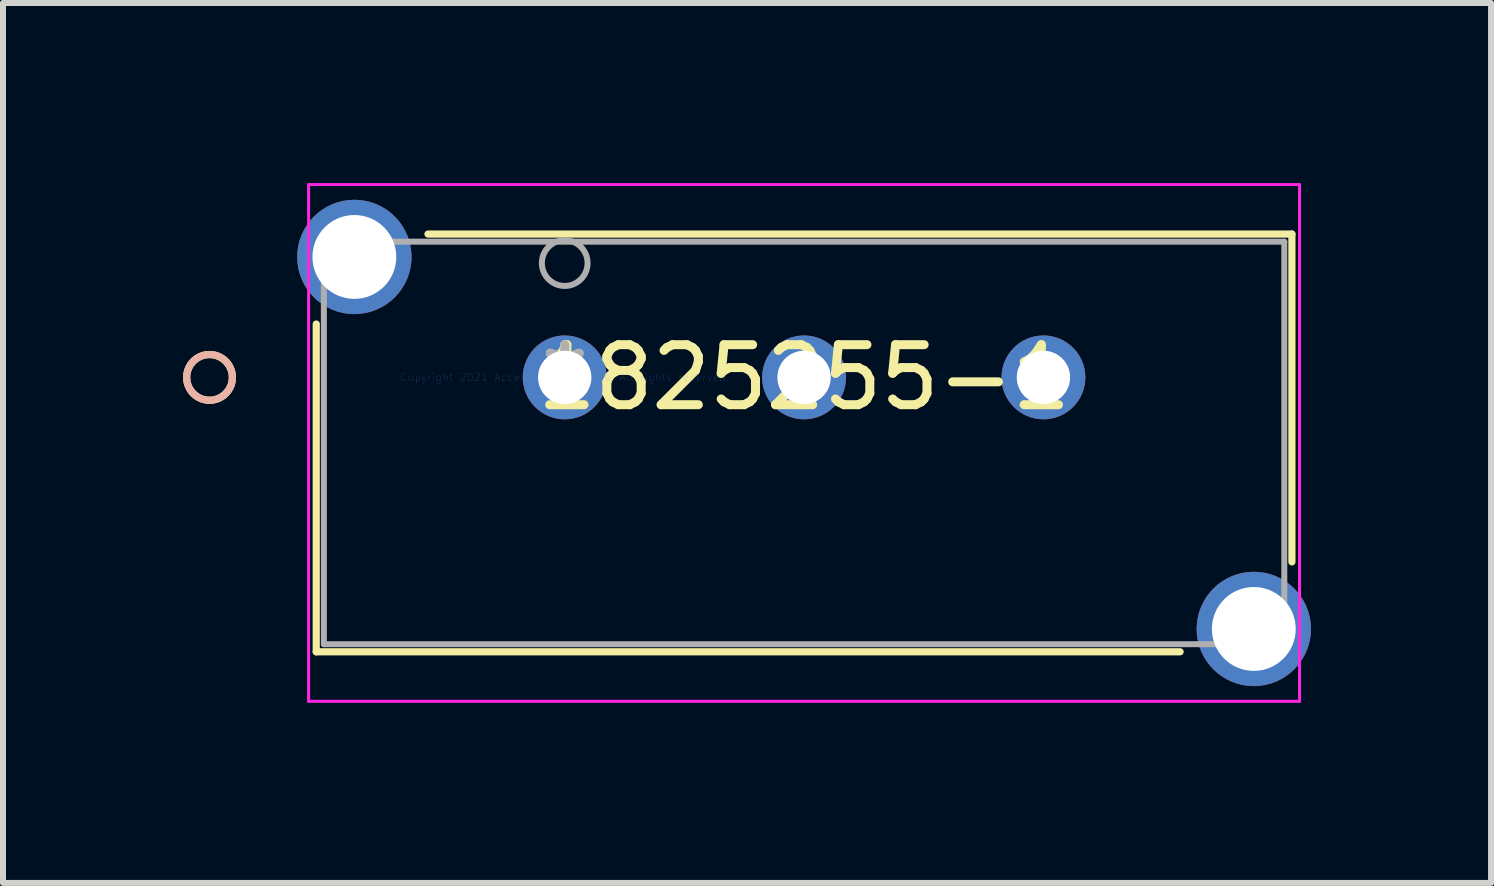
<source format=kicad_pcb>
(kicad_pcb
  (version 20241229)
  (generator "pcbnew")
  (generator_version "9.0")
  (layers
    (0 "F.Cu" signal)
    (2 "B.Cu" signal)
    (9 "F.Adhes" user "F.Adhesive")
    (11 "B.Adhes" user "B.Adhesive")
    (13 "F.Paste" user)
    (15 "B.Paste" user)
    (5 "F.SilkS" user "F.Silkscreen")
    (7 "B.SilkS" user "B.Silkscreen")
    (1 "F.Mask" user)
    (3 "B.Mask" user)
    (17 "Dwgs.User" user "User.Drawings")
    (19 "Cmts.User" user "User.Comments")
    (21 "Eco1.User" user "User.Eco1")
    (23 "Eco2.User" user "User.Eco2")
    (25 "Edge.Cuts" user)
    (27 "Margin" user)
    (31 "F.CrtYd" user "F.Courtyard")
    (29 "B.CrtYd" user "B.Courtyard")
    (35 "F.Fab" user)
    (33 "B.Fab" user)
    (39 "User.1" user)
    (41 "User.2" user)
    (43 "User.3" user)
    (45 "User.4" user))
  (footprint "1825255-1"
    (layer "F.Cu")
    (at 6.359 3.238)
    (property "Reference" "1825255-1" (at 3.988 0 0) (layer "F.SilkS") (effects (font (size 1 1) (thickness 0.15))))
    (attr through_hole)
    (fp_line (start -4.14 -0.889) (end -4.14 4.572) (stroke (width 0.12) (type solid)) (layer "F.SilkS"))
    (fp_line (start -4.14 4.572) (end 10.253 4.572) (stroke (width 0.12) (type solid)) (layer "F.SilkS"))
    (fp_line (start 12.116 -2.388) (end -2.278 -2.388) (stroke (width 0.12) (type solid)) (layer "F.SilkS"))
    (fp_line (start 12.116 3.074) (end 12.116 -2.388) (stroke (width 0.12) (type solid)) (layer "F.SilkS"))
    (fp_circle (center -5.918 0) (end -5.537 0) (stroke (width 0.12) (type solid)) (fill no) (layer "F.SilkS"))
    (fp_circle (center -5.918 0) (end -5.537 0) (stroke (width 0.12) (type solid)) (fill no) (layer "B.SilkS"))
    (fp_line (start -4.267 -3.213) (end -4.267 5.397) (stroke (width 0.05) (type solid)) (layer "F.CrtYd"))
    (fp_line (start -4.267 5.397) (end 12.243 5.397) (stroke (width 0.05) (type solid)) (layer "F.CrtYd"))
    (fp_line (start 12.243 -3.213) (end -4.267 -3.213) (stroke (width 0.05) (type solid)) (layer "F.CrtYd"))
    (fp_line (start 12.243 5.397) (end 12.243 -3.213) (stroke (width 0.05) (type solid)) (layer "F.CrtYd"))
    (fp_line (start -4.013 -2.261) (end -4.013 4.445) (stroke (width 0.1) (type solid)) (layer "F.Fab"))
    (fp_line (start -4.013 4.445) (end 11.989 4.445) (stroke (width 0.1) (type solid)) (layer "F.Fab"))
    (fp_line (start 11.989 -2.261) (end -4.013 -2.261) (stroke (width 0.1) (type solid)) (layer "F.Fab"))
    (fp_line (start 11.989 4.445) (end 11.989 -2.261) (stroke (width 0.1) (type solid)) (layer "F.Fab"))
    (fp_circle (center 0 -1.905) (end 0.381 -1.905) (stroke (width 0.1) (type solid)) (fill no) (layer "F.Fab"))
    (fp_text user "*" (at 0 0 0) (layer "F.SilkS") (effects (font (size 1 1) (thickness 0.15))))
    (fp_text user "Copyright 2021 Accelerated Designs. All rights reserved." (at 0 0 0) (layer "Cmts.User") (effects (font (size 0.127 0.127) (thickness 0.002))))
    (fp_text user "*" (at 0 0 0) (layer "F.Fab") (effects (font (size 1 1) (thickness 0.15))))
    (pad "1" thru_hole circle (at 0 0) (size 1.397 1.397) (drill 0.889) (layers "*.Cu" "*.Mask"))
    (pad "2" thru_hole circle (at 3.988 0) (size 1.397 1.397) (drill 0.889) (layers "*.Cu" "*.Mask"))
    (pad "3" thru_hole circle (at 7.976 0) (size 1.397 1.397) (drill 0.889) (layers "*.Cu" "*.Mask"))
    (pad "4" thru_hole circle (at -3.505 -2.007) (size 1.905 1.905) (drill 1.397) (layers "*.Cu" "*.Mask"))
    (pad "5" thru_hole circle (at 11.481 4.191) (size 1.905 1.905) (drill 1.397) (layers "*.Cu" "*.Mask")))
  (gr_rect
    (start -3 -3)
    (end 21.793 11.661)
    (stroke (width 0.1) (type default))
    (fill no)
    (layer "Edge.Cuts")))
</source>
